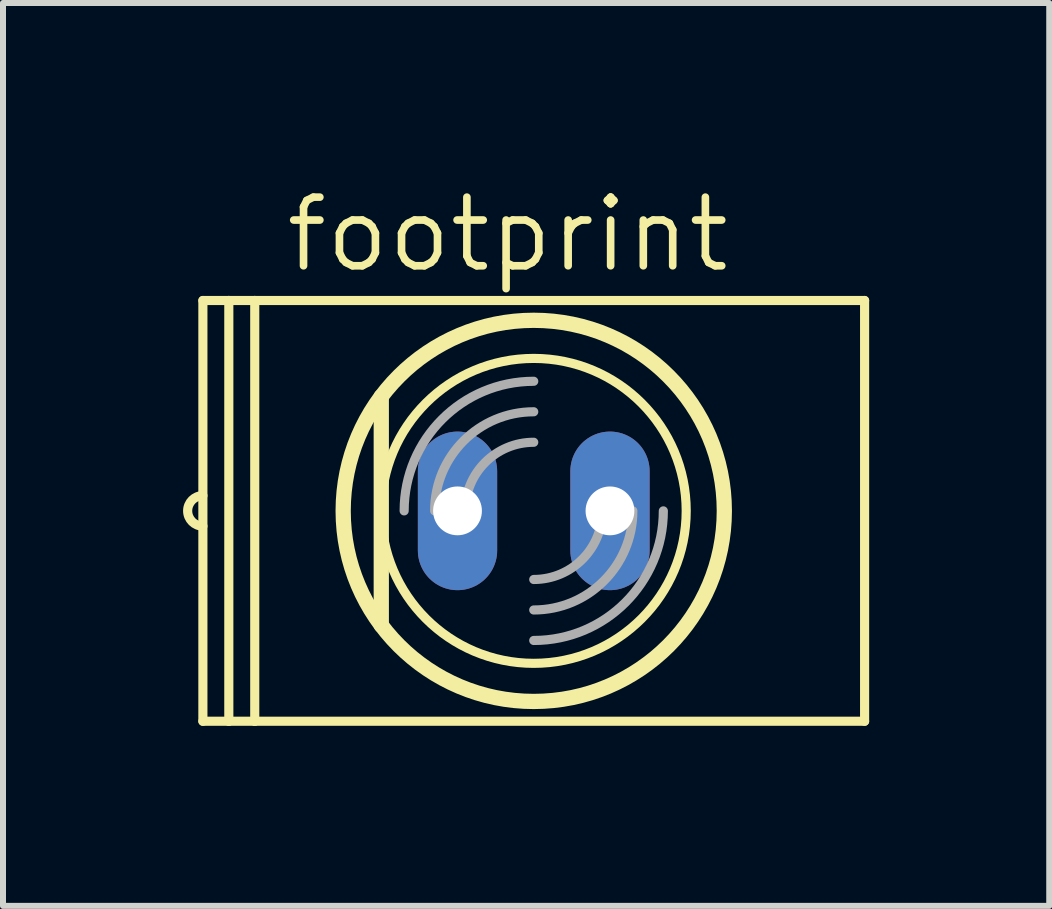
<source format=kicad_pcb>
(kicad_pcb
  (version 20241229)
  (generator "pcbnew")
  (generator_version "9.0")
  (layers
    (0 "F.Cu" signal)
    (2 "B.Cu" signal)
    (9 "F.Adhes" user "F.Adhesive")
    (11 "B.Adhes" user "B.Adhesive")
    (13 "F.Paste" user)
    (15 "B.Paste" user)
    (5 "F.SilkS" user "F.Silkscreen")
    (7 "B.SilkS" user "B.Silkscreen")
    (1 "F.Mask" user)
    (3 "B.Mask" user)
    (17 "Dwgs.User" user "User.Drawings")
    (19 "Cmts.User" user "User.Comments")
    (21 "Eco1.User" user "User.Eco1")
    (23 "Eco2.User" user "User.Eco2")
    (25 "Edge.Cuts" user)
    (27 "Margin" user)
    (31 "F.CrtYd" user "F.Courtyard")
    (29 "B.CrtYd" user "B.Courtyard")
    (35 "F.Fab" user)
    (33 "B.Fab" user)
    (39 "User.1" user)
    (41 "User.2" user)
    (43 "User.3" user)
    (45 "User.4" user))
  (footprint "footprint"
    (layer "F.Cu")
    (at 5.842 5.461)
    (property "Reference" "footprint" (at -4.191 -3.937 0) (layer "F.SilkS") (effects (font (size 1.143 1.143) (thickness 0.127)) (justify left bottom)))
    (fp_line (start -5.512 3.505) (end -5.512 -3.505) (stroke (width 0.152) (type solid)) (layer "F.SilkS"))
    (fp_line (start -5.08 -3.505) (end -5.512 -3.505) (stroke (width 0.152) (type solid)) (layer "F.SilkS"))
    (fp_line (start -5.08 3.505) (end -5.512 3.505) (stroke (width 0.152) (type solid)) (layer "F.SilkS"))
    (fp_line (start -5.08 3.505) (end -5.08 -3.505) (stroke (width 0.152) (type solid)) (layer "F.SilkS"))
    (fp_line (start -4.648 -3.505) (end -5.08 -3.505) (stroke (width 0.152) (type solid)) (layer "F.SilkS"))
    (fp_line (start -4.648 -3.505) (end -4.648 3.505) (stroke (width 0.152) (type solid)) (layer "F.SilkS"))
    (fp_line (start -4.648 -3.505) (end 5.512 -3.505) (stroke (width 0.152) (type solid)) (layer "F.SilkS"))
    (fp_line (start -4.648 3.505) (end -5.08 3.505) (stroke (width 0.152) (type solid)) (layer "F.SilkS"))
    (fp_line (start -2.54 -1.905) (end -2.54 1.905) (stroke (width 0.254) (type solid)) (layer "F.SilkS"))
    (fp_line (start 5.512 -3.505) (end 5.512 3.505) (stroke (width 0.152) (type solid)) (layer "F.SilkS"))
    (fp_line (start 5.512 3.505) (end -4.648 3.505) (stroke (width 0.152) (type solid)) (layer "F.SilkS"))
    (fp_arc (start -5.5118 0.254) (mid -5.7658 0) (end -5.5118 -0.254) (stroke (width 0.1524) (type solid)) (layer "F.SilkS"))
    (fp_circle (center 0 0) (end 2.54 0) (stroke (width 0.152) (type solid)) (fill no) (layer "F.SilkS"))
    (fp_circle (center 0 0) (end 3.175 0) (stroke (width 0.254) (type solid)) (fill no) (layer "F.SilkS"))
    (fp_arc (start -2.159 0) (mid -1.526644 -1.526644) (end 0 -2.159) (stroke (width 0.1524) (type solid)) (layer "F.Fab"))
    (fp_arc (start -1.651 0) (mid -1.167433 -1.167433) (end 0 -1.651) (stroke (width 0.1524) (type solid)) (layer "F.Fab"))
    (fp_arc (start -1.143 0) (mid -0.808223 -0.808223) (end 0 -1.143) (stroke (width 0.1524) (type solid)) (layer "F.Fab"))
    (fp_arc (start 1.143 0) (mid 0.808223 0.808223) (end 0 1.143) (stroke (width 0.1524) (type solid)) (layer "F.Fab"))
    (fp_arc (start 1.651 0) (mid 1.167433 1.167433) (end 0 1.651) (stroke (width 0.1524) (type solid)) (layer "F.Fab"))
    (fp_arc (start 2.159 0) (mid 1.526644 1.526644) (end 0 2.159) (stroke (width 0.1524) (type solid)) (layer "F.Fab"))
    (pad "A" thru_hole oval (at 1.27 0 90) (size 2.642 1.321) (drill 0.813) (layers "*.Cu" "*.Mask"))
    (pad "K" thru_hole oval (at -1.27 0 90) (size 2.642 1.321) (drill 0.813) (layers "*.Cu" "*.Mask")))
  (gr_rect
    (start -3 -3)
    (end 14.43 12.042)
    (stroke (width 0.1) (type default))
    (fill no)
    (layer "Edge.Cuts")))
</source>
